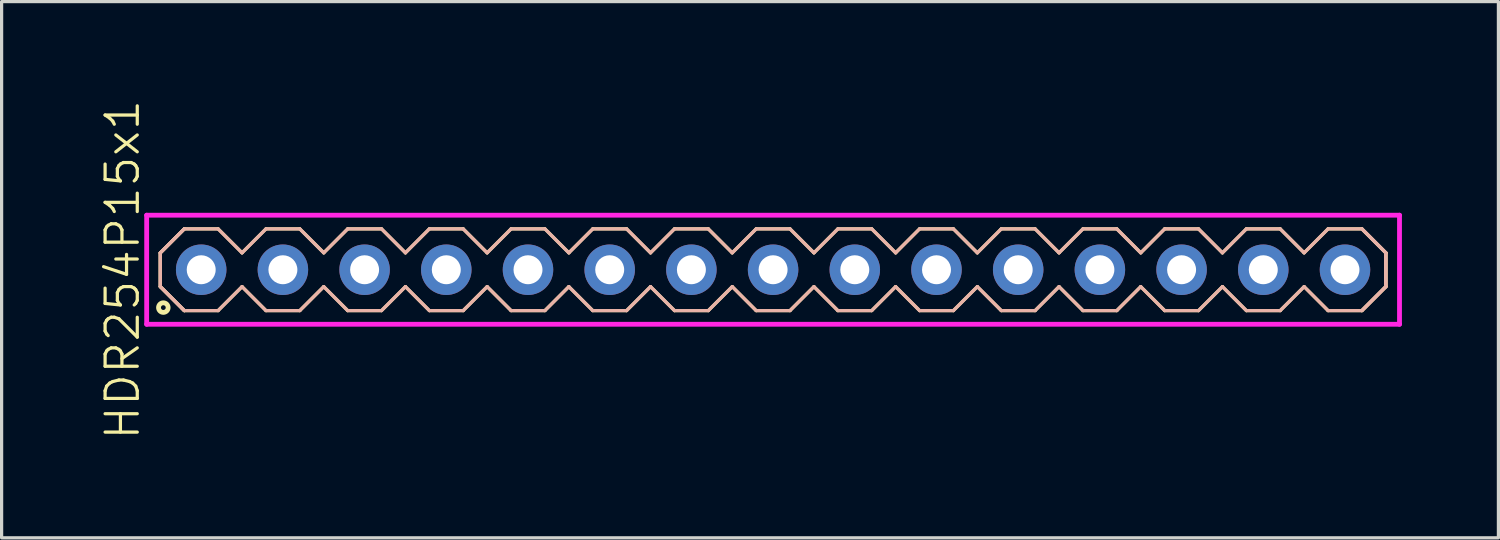
<source format=kicad_pcb>
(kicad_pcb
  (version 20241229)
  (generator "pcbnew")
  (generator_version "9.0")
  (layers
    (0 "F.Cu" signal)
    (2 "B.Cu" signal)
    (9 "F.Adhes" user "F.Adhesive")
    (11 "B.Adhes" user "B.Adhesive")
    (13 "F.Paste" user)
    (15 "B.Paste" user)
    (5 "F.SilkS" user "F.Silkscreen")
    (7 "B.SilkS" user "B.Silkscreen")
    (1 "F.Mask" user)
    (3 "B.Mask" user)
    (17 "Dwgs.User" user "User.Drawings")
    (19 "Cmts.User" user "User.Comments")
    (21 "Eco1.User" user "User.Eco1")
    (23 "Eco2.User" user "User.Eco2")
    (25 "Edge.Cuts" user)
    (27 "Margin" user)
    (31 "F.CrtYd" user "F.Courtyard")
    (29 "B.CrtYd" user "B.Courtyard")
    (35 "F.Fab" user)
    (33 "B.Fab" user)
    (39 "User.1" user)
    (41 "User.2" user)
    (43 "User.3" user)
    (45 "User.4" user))
  (footprint "HDR254P15x1"
    (layer "F.Cu")
    (at 20.985 5.336)
    (property "Reference" "HDR254P15x1" (at -20.225 0 90) (layer "F.SilkS") (effects (font (size 1 1) (thickness 0.1))))
    (attr through_hole)
    (fp_line (start -19.05 -0.526) (end -18.306 -1.27) (stroke (width 0.1) (type solid)) (layer "F.SilkS"))
    (fp_line (start -19.05 -0.526) (end -18.306 -1.27) (stroke (width 0.1) (type solid)) (layer "F.SilkS"))
    (fp_line (start -19.05 0.526) (end -19.05 -0.526) (stroke (width 0.1) (type solid)) (layer "F.SilkS"))
    (fp_line (start -19.05 0.526) (end -19.05 -0.526) (stroke (width 0.1) (type solid)) (layer "F.SilkS"))
    (fp_line (start -18.306 -1.27) (end -17.254 -1.27) (stroke (width 0.1) (type solid)) (layer "F.SilkS"))
    (fp_line (start -18.306 1.27) (end -19.05 0.526) (stroke (width 0.1) (type solid)) (layer "F.SilkS"))
    (fp_line (start -18.306 1.27) (end -19.05 0.526) (stroke (width 0.1) (type solid)) (layer "F.SilkS"))
    (fp_line (start -17.254 -1.27) (end -16.51 -0.526) (stroke (width 0.1) (type solid)) (layer "F.SilkS"))
    (fp_line (start -17.254 1.27) (end -18.306 1.27) (stroke (width 0.1) (type solid)) (layer "F.SilkS"))
    (fp_line (start -16.51 -0.526) (end -15.766 -1.27) (stroke (width 0.1) (type solid)) (layer "F.SilkS"))
    (fp_line (start -16.51 0.526) (end -17.254 1.27) (stroke (width 0.1) (type solid)) (layer "F.SilkS"))
    (fp_line (start -15.766 -1.27) (end -14.714 -1.27) (stroke (width 0.1) (type solid)) (layer "F.SilkS"))
    (fp_line (start -15.766 1.27) (end -16.51 0.526) (stroke (width 0.1) (type solid)) (layer "F.SilkS"))
    (fp_line (start -14.714 -1.27) (end -13.97 -0.526) (stroke (width 0.1) (type solid)) (layer "F.SilkS"))
    (fp_line (start -14.714 1.27) (end -15.766 1.27) (stroke (width 0.1) (type solid)) (layer "F.SilkS"))
    (fp_line (start -13.97 -0.526) (end -13.226 -1.27) (stroke (width 0.1) (type solid)) (layer "F.SilkS"))
    (fp_line (start -13.97 0.526) (end -14.714 1.27) (stroke (width 0.1) (type solid)) (layer "F.SilkS"))
    (fp_line (start -13.226 -1.27) (end -12.174 -1.27) (stroke (width 0.1) (type solid)) (layer "F.SilkS"))
    (fp_line (start -13.226 1.27) (end -13.97 0.526) (stroke (width 0.1) (type solid)) (layer "F.SilkS"))
    (fp_line (start -12.174 -1.27) (end -11.43 -0.526) (stroke (width 0.1) (type solid)) (layer "F.SilkS"))
    (fp_line (start -12.174 1.27) (end -13.226 1.27) (stroke (width 0.1) (type solid)) (layer "F.SilkS"))
    (fp_line (start -11.43 -0.526) (end -10.686 -1.27) (stroke (width 0.1) (type solid)) (layer "F.SilkS"))
    (fp_line (start -11.43 0.526) (end -12.174 1.27) (stroke (width 0.1) (type solid)) (layer "F.SilkS"))
    (fp_line (start -10.686 -1.27) (end -9.634 -1.27) (stroke (width 0.1) (type solid)) (layer "F.SilkS"))
    (fp_line (start -10.686 1.27) (end -11.43 0.526) (stroke (width 0.1) (type solid)) (layer "F.SilkS"))
    (fp_line (start -9.634 -1.27) (end -8.89 -0.526) (stroke (width 0.1) (type solid)) (layer "F.SilkS"))
    (fp_line (start -9.634 1.27) (end -10.686 1.27) (stroke (width 0.1) (type solid)) (layer "F.SilkS"))
    (fp_line (start -8.89 -0.526) (end -8.146 -1.27) (stroke (width 0.1) (type solid)) (layer "F.SilkS"))
    (fp_line (start -8.89 0.526) (end -9.634 1.27) (stroke (width 0.1) (type solid)) (layer "F.SilkS"))
    (fp_line (start -8.146 -1.27) (end -7.094 -1.27) (stroke (width 0.1) (type solid)) (layer "F.SilkS"))
    (fp_line (start -8.146 1.27) (end -8.89 0.526) (stroke (width 0.1) (type solid)) (layer "F.SilkS"))
    (fp_line (start -7.094 -1.27) (end -6.35 -0.526) (stroke (width 0.1) (type solid)) (layer "F.SilkS"))
    (fp_line (start -7.094 1.27) (end -8.146 1.27) (stroke (width 0.1) (type solid)) (layer "F.SilkS"))
    (fp_line (start -6.35 -0.526) (end -5.606 -1.27) (stroke (width 0.1) (type solid)) (layer "F.SilkS"))
    (fp_line (start -6.35 0.526) (end -7.094 1.27) (stroke (width 0.1) (type solid)) (layer "F.SilkS"))
    (fp_line (start -5.606 -1.27) (end -4.554 -1.27) (stroke (width 0.1) (type solid)) (layer "F.SilkS"))
    (fp_line (start -5.606 1.27) (end -6.35 0.526) (stroke (width 0.1) (type solid)) (layer "F.SilkS"))
    (fp_line (start -4.554 -1.27) (end -3.81 -0.526) (stroke (width 0.1) (type solid)) (layer "F.SilkS"))
    (fp_line (start -4.554 1.27) (end -5.606 1.27) (stroke (width 0.1) (type solid)) (layer "F.SilkS"))
    (fp_line (start -3.81 -0.526) (end -3.066 -1.27) (stroke (width 0.1) (type solid)) (layer "F.SilkS"))
    (fp_line (start -3.81 0.526) (end -4.554 1.27) (stroke (width 0.1) (type solid)) (layer "F.SilkS"))
    (fp_line (start -3.066 -1.27) (end -2.014 -1.27) (stroke (width 0.1) (type solid)) (layer "F.SilkS"))
    (fp_line (start -3.066 1.27) (end -3.81 0.526) (stroke (width 0.1) (type solid)) (layer "F.SilkS"))
    (fp_line (start -2.014 -1.27) (end -1.27 -0.526) (stroke (width 0.1) (type solid)) (layer "F.SilkS"))
    (fp_line (start -2.014 1.27) (end -3.066 1.27) (stroke (width 0.1) (type solid)) (layer "F.SilkS"))
    (fp_line (start -1.27 -0.526) (end -0.526 -1.27) (stroke (width 0.1) (type solid)) (layer "F.SilkS"))
    (fp_line (start -1.27 0.526) (end -2.014 1.27) (stroke (width 0.1) (type solid)) (layer "F.SilkS"))
    (fp_line (start -0.526 -1.27) (end 0.526 -1.27) (stroke (width 0.1) (type solid)) (layer "F.SilkS"))
    (fp_line (start -0.526 1.27) (end -1.27 0.526) (stroke (width 0.1) (type solid)) (layer "F.SilkS"))
    (fp_line (start 0.526 -1.27) (end 1.27 -0.526) (stroke (width 0.1) (type solid)) (layer "F.SilkS"))
    (fp_line (start 0.526 1.27) (end -0.526 1.27) (stroke (width 0.1) (type solid)) (layer "F.SilkS"))
    (fp_line (start 1.27 -0.526) (end 2.014 -1.27) (stroke (width 0.1) (type solid)) (layer "F.SilkS"))
    (fp_line (start 1.27 0.526) (end 0.526 1.27) (stroke (width 0.1) (type solid)) (layer "F.SilkS"))
    (fp_line (start 2.014 -1.27) (end 3.066 -1.27) (stroke (width 0.1) (type solid)) (layer "F.SilkS"))
    (fp_line (start 2.014 1.27) (end 1.27 0.526) (stroke (width 0.1) (type solid)) (layer "F.SilkS"))
    (fp_line (start 3.066 -1.27) (end 3.81 -0.526) (stroke (width 0.1) (type solid)) (layer "F.SilkS"))
    (fp_line (start 3.066 1.27) (end 2.014 1.27) (stroke (width 0.1) (type solid)) (layer "F.SilkS"))
    (fp_line (start 3.81 -0.526) (end 4.554 -1.27) (stroke (width 0.1) (type solid)) (layer "F.SilkS"))
    (fp_line (start 3.81 0.526) (end 3.066 1.27) (stroke (width 0.1) (type solid)) (layer "F.SilkS"))
    (fp_line (start 4.554 -1.27) (end 5.606 -1.27) (stroke (width 0.1) (type solid)) (layer "F.SilkS"))
    (fp_line (start 4.554 1.27) (end 3.81 0.526) (stroke (width 0.1) (type solid)) (layer "F.SilkS"))
    (fp_line (start 5.606 -1.27) (end 6.35 -0.526) (stroke (width 0.1) (type solid)) (layer "F.SilkS"))
    (fp_line (start 5.606 1.27) (end 4.554 1.27) (stroke (width 0.1) (type solid)) (layer "F.SilkS"))
    (fp_line (start 6.35 -0.526) (end 7.094 -1.27) (stroke (width 0.1) (type solid)) (layer "F.SilkS"))
    (fp_line (start 6.35 0.526) (end 5.606 1.27) (stroke (width 0.1) (type solid)) (layer "F.SilkS"))
    (fp_line (start 7.094 -1.27) (end 8.146 -1.27) (stroke (width 0.1) (type solid)) (layer "F.SilkS"))
    (fp_line (start 7.094 1.27) (end 6.35 0.526) (stroke (width 0.1) (type solid)) (layer "F.SilkS"))
    (fp_line (start 8.146 -1.27) (end 8.89 -0.526) (stroke (width 0.1) (type solid)) (layer "F.SilkS"))
    (fp_line (start 8.146 1.27) (end 7.094 1.27) (stroke (width 0.1) (type solid)) (layer "F.SilkS"))
    (fp_line (start 8.89 -0.526) (end 9.634 -1.27) (stroke (width 0.1) (type solid)) (layer "F.SilkS"))
    (fp_line (start 8.89 0.526) (end 8.146 1.27) (stroke (width 0.1) (type solid)) (layer "F.SilkS"))
    (fp_line (start 9.634 -1.27) (end 10.686 -1.27) (stroke (width 0.1) (type solid)) (layer "F.SilkS"))
    (fp_line (start 9.634 1.27) (end 8.89 0.526) (stroke (width 0.1) (type solid)) (layer "F.SilkS"))
    (fp_line (start 10.686 -1.27) (end 11.43 -0.526) (stroke (width 0.1) (type solid)) (layer "F.SilkS"))
    (fp_line (start 10.686 1.27) (end 9.634 1.27) (stroke (width 0.1) (type solid)) (layer "F.SilkS"))
    (fp_line (start 11.43 -0.526) (end 12.174 -1.27) (stroke (width 0.1) (type solid)) (layer "F.SilkS"))
    (fp_line (start 11.43 0.526) (end 10.686 1.27) (stroke (width 0.1) (type solid)) (layer "F.SilkS"))
    (fp_line (start 12.174 -1.27) (end 13.226 -1.27) (stroke (width 0.1) (type solid)) (layer "F.SilkS"))
    (fp_line (start 12.174 1.27) (end 11.43 0.526) (stroke (width 0.1) (type solid)) (layer "F.SilkS"))
    (fp_line (start 13.226 -1.27) (end 13.97 -0.526) (stroke (width 0.1) (type solid)) (layer "F.SilkS"))
    (fp_line (start 13.226 1.27) (end 12.174 1.27) (stroke (width 0.1) (type solid)) (layer "F.SilkS"))
    (fp_line (start 13.97 -0.526) (end 14.714 -1.27) (stroke (width 0.1) (type solid)) (layer "F.SilkS"))
    (fp_line (start 13.97 0.526) (end 13.226 1.27) (stroke (width 0.1) (type solid)) (layer "F.SilkS"))
    (fp_line (start 14.714 -1.27) (end 15.766 -1.27) (stroke (width 0.1) (type solid)) (layer "F.SilkS"))
    (fp_line (start 14.714 1.27) (end 13.97 0.526) (stroke (width 0.1) (type solid)) (layer "F.SilkS"))
    (fp_line (start 15.766 -1.27) (end 16.51 -0.526) (stroke (width 0.1) (type solid)) (layer "F.SilkS"))
    (fp_line (start 15.766 1.27) (end 14.714 1.27) (stroke (width 0.1) (type solid)) (layer "F.SilkS"))
    (fp_line (start 16.51 -0.526) (end 17.254 -1.27) (stroke (width 0.1) (type solid)) (layer "F.SilkS"))
    (fp_line (start 16.51 0.526) (end 15.766 1.27) (stroke (width 0.1) (type solid)) (layer "F.SilkS"))
    (fp_line (start 17.254 -1.27) (end 18.306 -1.27) (stroke (width 0.1) (type solid)) (layer "F.SilkS"))
    (fp_line (start 17.254 1.27) (end 16.51 0.526) (stroke (width 0.1) (type solid)) (layer "F.SilkS"))
    (fp_line (start 18.306 -1.27) (end 19.05 -0.526) (stroke (width 0.1) (type solid)) (layer "F.SilkS"))
    (fp_line (start 18.306 -1.27) (end 19.05 -0.526) (stroke (width 0.1) (type solid)) (layer "F.SilkS"))
    (fp_line (start 18.306 1.27) (end 17.254 1.27) (stroke (width 0.1) (type solid)) (layer "F.SilkS"))
    (fp_line (start 19.05 -0.526) (end 19.05 0.526) (stroke (width 0.1) (type solid)) (layer "F.SilkS"))
    (fp_line (start 19.05 -0.526) (end 19.05 0.526) (stroke (width 0.1) (type solid)) (layer "F.SilkS"))
    (fp_line (start 19.05 0.526) (end 18.306 1.27) (stroke (width 0.1) (type solid)) (layer "F.SilkS"))
    (fp_line (start 19.05 0.526) (end 18.306 1.27) (stroke (width 0.1) (type solid)) (layer "F.SilkS"))
    (fp_circle (center -18.957 1.177) (end -18.808 1.177) (stroke (width 0.15) (type solid)) (fill no) (layer "F.SilkS"))
    (fp_line (start -19.05 -0.526) (end -18.306 -1.27) (stroke (width 0.1) (type solid)) (layer "B.SilkS"))
    (fp_line (start -19.05 -0.526) (end -18.306 -1.27) (stroke (width 0.1) (type solid)) (layer "B.SilkS"))
    (fp_line (start -19.05 0.526) (end -19.05 -0.526) (stroke (width 0.1) (type solid)) (layer "B.SilkS"))
    (fp_line (start -19.05 0.526) (end -19.05 -0.526) (stroke (width 0.1) (type solid)) (layer "B.SilkS"))
    (fp_line (start -18.306 -1.27) (end -17.254 -1.27) (stroke (width 0.1) (type solid)) (layer "B.SilkS"))
    (fp_line (start -18.306 1.27) (end -19.05 0.526) (stroke (width 0.1) (type solid)) (layer "B.SilkS"))
    (fp_line (start -18.306 1.27) (end -19.05 0.526) (stroke (width 0.1) (type solid)) (layer "B.SilkS"))
    (fp_line (start -17.254 -1.27) (end -16.51 -0.526) (stroke (width 0.1) (type solid)) (layer "B.SilkS"))
    (fp_line (start -17.254 1.27) (end -18.306 1.27) (stroke (width 0.1) (type solid)) (layer "B.SilkS"))
    (fp_line (start -16.51 -0.526) (end -15.766 -1.27) (stroke (width 0.1) (type solid)) (layer "B.SilkS"))
    (fp_line (start -16.51 0.526) (end -17.254 1.27) (stroke (width 0.1) (type solid)) (layer "B.SilkS"))
    (fp_line (start -15.766 -1.27) (end -14.714 -1.27) (stroke (width 0.1) (type solid)) (layer "B.SilkS"))
    (fp_line (start -15.766 1.27) (end -16.51 0.526) (stroke (width 0.1) (type solid)) (layer "B.SilkS"))
    (fp_line (start -14.714 -1.27) (end -13.97 -0.526) (stroke (width 0.1) (type solid)) (layer "B.SilkS"))
    (fp_line (start -14.714 1.27) (end -15.766 1.27) (stroke (width 0.1) (type solid)) (layer "B.SilkS"))
    (fp_line (start -13.97 -0.526) (end -13.226 -1.27) (stroke (width 0.1) (type solid)) (layer "B.SilkS"))
    (fp_line (start -13.97 0.526) (end -14.714 1.27) (stroke (width 0.1) (type solid)) (layer "B.SilkS"))
    (fp_line (start -13.226 -1.27) (end -12.174 -1.27) (stroke (width 0.1) (type solid)) (layer "B.SilkS"))
    (fp_line (start -13.226 1.27) (end -13.97 0.526) (stroke (width 0.1) (type solid)) (layer "B.SilkS"))
    (fp_line (start -12.174 -1.27) (end -11.43 -0.526) (stroke (width 0.1) (type solid)) (layer "B.SilkS"))
    (fp_line (start -12.174 1.27) (end -13.226 1.27) (stroke (width 0.1) (type solid)) (layer "B.SilkS"))
    (fp_line (start -11.43 -0.526) (end -10.686 -1.27) (stroke (width 0.1) (type solid)) (layer "B.SilkS"))
    (fp_line (start -11.43 0.526) (end -12.174 1.27) (stroke (width 0.1) (type solid)) (layer "B.SilkS"))
    (fp_line (start -10.686 -1.27) (end -9.634 -1.27) (stroke (width 0.1) (type solid)) (layer "B.SilkS"))
    (fp_line (start -10.686 1.27) (end -11.43 0.526) (stroke (width 0.1) (type solid)) (layer "B.SilkS"))
    (fp_line (start -9.634 -1.27) (end -8.89 -0.526) (stroke (width 0.1) (type solid)) (layer "B.SilkS"))
    (fp_line (start -9.634 1.27) (end -10.686 1.27) (stroke (width 0.1) (type solid)) (layer "B.SilkS"))
    (fp_line (start -8.89 -0.526) (end -8.146 -1.27) (stroke (width 0.1) (type solid)) (layer "B.SilkS"))
    (fp_line (start -8.89 0.526) (end -9.634 1.27) (stroke (width 0.1) (type solid)) (layer "B.SilkS"))
    (fp_line (start -8.146 -1.27) (end -7.094 -1.27) (stroke (width 0.1) (type solid)) (layer "B.SilkS"))
    (fp_line (start -8.146 1.27) (end -8.89 0.526) (stroke (width 0.1) (type solid)) (layer "B.SilkS"))
    (fp_line (start -7.094 -1.27) (end -6.35 -0.526) (stroke (width 0.1) (type solid)) (layer "B.SilkS"))
    (fp_line (start -7.094 1.27) (end -8.146 1.27) (stroke (width 0.1) (type solid)) (layer "B.SilkS"))
    (fp_line (start -6.35 -0.526) (end -5.606 -1.27) (stroke (width 0.1) (type solid)) (layer "B.SilkS"))
    (fp_line (start -6.35 0.526) (end -7.094 1.27) (stroke (width 0.1) (type solid)) (layer "B.SilkS"))
    (fp_line (start -5.606 -1.27) (end -4.554 -1.27) (stroke (width 0.1) (type solid)) (layer "B.SilkS"))
    (fp_line (start -5.606 1.27) (end -6.35 0.526) (stroke (width 0.1) (type solid)) (layer "B.SilkS"))
    (fp_line (start -4.554 -1.27) (end -3.81 -0.526) (stroke (width 0.1) (type solid)) (layer "B.SilkS"))
    (fp_line (start -4.554 1.27) (end -5.606 1.27) (stroke (width 0.1) (type solid)) (layer "B.SilkS"))
    (fp_line (start -3.81 -0.526) (end -3.066 -1.27) (stroke (width 0.1) (type solid)) (layer "B.SilkS"))
    (fp_line (start -3.81 0.526) (end -4.554 1.27) (stroke (width 0.1) (type solid)) (layer "B.SilkS"))
    (fp_line (start -3.066 -1.27) (end -2.014 -1.27) (stroke (width 0.1) (type solid)) (layer "B.SilkS"))
    (fp_line (start -3.066 1.27) (end -3.81 0.526) (stroke (width 0.1) (type solid)) (layer "B.SilkS"))
    (fp_line (start -2.014 -1.27) (end -1.27 -0.526) (stroke (width 0.1) (type solid)) (layer "B.SilkS"))
    (fp_line (start -2.014 1.27) (end -3.066 1.27) (stroke (width 0.1) (type solid)) (layer "B.SilkS"))
    (fp_line (start -1.27 -0.526) (end -0.526 -1.27) (stroke (width 0.1) (type solid)) (layer "B.SilkS"))
    (fp_line (start -1.27 0.526) (end -2.014 1.27) (stroke (width 0.1) (type solid)) (layer "B.SilkS"))
    (fp_line (start -0.526 -1.27) (end 0.526 -1.27) (stroke (width 0.1) (type solid)) (layer "B.SilkS"))
    (fp_line (start -0.526 1.27) (end -1.27 0.526) (stroke (width 0.1) (type solid)) (layer "B.SilkS"))
    (fp_line (start 0.526 -1.27) (end 1.27 -0.526) (stroke (width 0.1) (type solid)) (layer "B.SilkS"))
    (fp_line (start 0.526 1.27) (end -0.526 1.27) (stroke (width 0.1) (type solid)) (layer "B.SilkS"))
    (fp_line (start 1.27 -0.526) (end 2.014 -1.27) (stroke (width 0.1) (type solid)) (layer "B.SilkS"))
    (fp_line (start 1.27 0.526) (end 0.526 1.27) (stroke (width 0.1) (type solid)) (layer "B.SilkS"))
    (fp_line (start 2.014 -1.27) (end 3.066 -1.27) (stroke (width 0.1) (type solid)) (layer "B.SilkS"))
    (fp_line (start 2.014 1.27) (end 1.27 0.526) (stroke (width 0.1) (type solid)) (layer "B.SilkS"))
    (fp_line (start 3.066 -1.27) (end 3.81 -0.526) (stroke (width 0.1) (type solid)) (layer "B.SilkS"))
    (fp_line (start 3.066 1.27) (end 2.014 1.27) (stroke (width 0.1) (type solid)) (layer "B.SilkS"))
    (fp_line (start 3.81 -0.526) (end 4.554 -1.27) (stroke (width 0.1) (type solid)) (layer "B.SilkS"))
    (fp_line (start 3.81 0.526) (end 3.066 1.27) (stroke (width 0.1) (type solid)) (layer "B.SilkS"))
    (fp_line (start 4.554 -1.27) (end 5.606 -1.27) (stroke (width 0.1) (type solid)) (layer "B.SilkS"))
    (fp_line (start 4.554 1.27) (end 3.81 0.526) (stroke (width 0.1) (type solid)) (layer "B.SilkS"))
    (fp_line (start 5.606 -1.27) (end 6.35 -0.526) (stroke (width 0.1) (type solid)) (layer "B.SilkS"))
    (fp_line (start 5.606 1.27) (end 4.554 1.27) (stroke (width 0.1) (type solid)) (layer "B.SilkS"))
    (fp_line (start 6.35 -0.526) (end 7.094 -1.27) (stroke (width 0.1) (type solid)) (layer "B.SilkS"))
    (fp_line (start 6.35 0.526) (end 5.606 1.27) (stroke (width 0.1) (type solid)) (layer "B.SilkS"))
    (fp_line (start 7.094 -1.27) (end 8.146 -1.27) (stroke (width 0.1) (type solid)) (layer "B.SilkS"))
    (fp_line (start 7.094 1.27) (end 6.35 0.526) (stroke (width 0.1) (type solid)) (layer "B.SilkS"))
    (fp_line (start 8.146 -1.27) (end 8.89 -0.526) (stroke (width 0.1) (type solid)) (layer "B.SilkS"))
    (fp_line (start 8.146 1.27) (end 7.094 1.27) (stroke (width 0.1) (type solid)) (layer "B.SilkS"))
    (fp_line (start 8.89 -0.526) (end 9.634 -1.27) (stroke (width 0.1) (type solid)) (layer "B.SilkS"))
    (fp_line (start 8.89 0.526) (end 8.146 1.27) (stroke (width 0.1) (type solid)) (layer "B.SilkS"))
    (fp_line (start 9.634 -1.27) (end 10.686 -1.27) (stroke (width 0.1) (type solid)) (layer "B.SilkS"))
    (fp_line (start 9.634 1.27) (end 8.89 0.526) (stroke (width 0.1) (type solid)) (layer "B.SilkS"))
    (fp_line (start 10.686 -1.27) (end 11.43 -0.526) (stroke (width 0.1) (type solid)) (layer "B.SilkS"))
    (fp_line (start 10.686 1.27) (end 9.634 1.27) (stroke (width 0.1) (type solid)) (layer "B.SilkS"))
    (fp_line (start 11.43 -0.526) (end 12.174 -1.27) (stroke (width 0.1) (type solid)) (layer "B.SilkS"))
    (fp_line (start 11.43 0.526) (end 10.686 1.27) (stroke (width 0.1) (type solid)) (layer "B.SilkS"))
    (fp_line (start 12.174 -1.27) (end 13.226 -1.27) (stroke (width 0.1) (type solid)) (layer "B.SilkS"))
    (fp_line (start 12.174 1.27) (end 11.43 0.526) (stroke (width 0.1) (type solid)) (layer "B.SilkS"))
    (fp_line (start 13.226 -1.27) (end 13.97 -0.526) (stroke (width 0.1) (type solid)) (layer "B.SilkS"))
    (fp_line (start 13.226 1.27) (end 12.174 1.27) (stroke (width 0.1) (type solid)) (layer "B.SilkS"))
    (fp_line (start 13.97 -0.526) (end 14.714 -1.27) (stroke (width 0.1) (type solid)) (layer "B.SilkS"))
    (fp_line (start 13.97 0.526) (end 13.226 1.27) (stroke (width 0.1) (type solid)) (layer "B.SilkS"))
    (fp_line (start 14.714 -1.27) (end 15.766 -1.27) (stroke (width 0.1) (type solid)) (layer "B.SilkS"))
    (fp_line (start 14.714 1.27) (end 13.97 0.526) (stroke (width 0.1) (type solid)) (layer "B.SilkS"))
    (fp_line (start 15.766 -1.27) (end 16.51 -0.526) (stroke (width 0.1) (type solid)) (layer "B.SilkS"))
    (fp_line (start 15.766 1.27) (end 14.714 1.27) (stroke (width 0.1) (type solid)) (layer "B.SilkS"))
    (fp_line (start 16.51 -0.526) (end 17.254 -1.27) (stroke (width 0.1) (type solid)) (layer "B.SilkS"))
    (fp_line (start 16.51 0.526) (end 15.766 1.27) (stroke (width 0.1) (type solid)) (layer "B.SilkS"))
    (fp_line (start 17.254 -1.27) (end 18.306 -1.27) (stroke (width 0.1) (type solid)) (layer "B.SilkS"))
    (fp_line (start 17.254 1.27) (end 16.51 0.526) (stroke (width 0.1) (type solid)) (layer "B.SilkS"))
    (fp_line (start 18.306 -1.27) (end 19.05 -0.526) (stroke (width 0.1) (type solid)) (layer "B.SilkS"))
    (fp_line (start 18.306 -1.27) (end 19.05 -0.526) (stroke (width 0.1) (type solid)) (layer "B.SilkS"))
    (fp_line (start 18.306 1.27) (end 17.254 1.27) (stroke (width 0.1) (type solid)) (layer "B.SilkS"))
    (fp_line (start 19.05 -0.526) (end 19.05 0.526) (stroke (width 0.1) (type solid)) (layer "B.SilkS"))
    (fp_line (start 19.05 -0.526) (end 19.05 0.526) (stroke (width 0.1) (type solid)) (layer "B.SilkS"))
    (fp_line (start 19.05 0.526) (end 18.306 1.27) (stroke (width 0.1) (type solid)) (layer "B.SilkS"))
    (fp_line (start 19.05 0.526) (end 18.306 1.27) (stroke (width 0.1) (type solid)) (layer "B.SilkS"))
    (fp_line (start -19.475 -1.695) (end -19.475 1.695) (stroke (width 0.15) (type solid)) (layer "F.CrtYd"))
    (fp_line (start -19.475 1.695) (end 19.475 1.695) (stroke (width 0.15) (type solid)) (layer "F.CrtYd"))
    (fp_line (start 19.475 -1.695) (end -19.475 -1.695) (stroke (width 0.15) (type solid)) (layer "F.CrtYd"))
    (fp_line (start 19.475 1.695) (end 19.475 -1.695) (stroke (width 0.15) (type solid)) (layer "F.CrtYd"))
    (pad "1" thru_hole oval (at -17.78 0) (size 1.57 1.57) (drill 0.9) (layers "*.Cu" "*.Mask"))
    (pad "2" thru_hole oval (at -15.24 0) (size 1.57 1.57) (drill 0.9) (layers "*.Cu" "*.Mask"))
    (pad "3" thru_hole oval (at -12.7 0) (size 1.57 1.57) (drill 0.9) (layers "*.Cu" "*.Mask"))
    (pad "4" thru_hole oval (at -10.16 0) (size 1.57 1.57) (drill 0.9) (layers "*.Cu" "*.Mask"))
    (pad "5" thru_hole oval (at -7.62 0) (size 1.57 1.57) (drill 0.9) (layers "*.Cu" "*.Mask"))
    (pad "6" thru_hole oval (at -5.08 0) (size 1.57 1.57) (drill 0.9) (layers "*.Cu" "*.Mask"))
    (pad "7" thru_hole oval (at -2.54 0) (size 1.57 1.57) (drill 0.9) (layers "*.Cu" "*.Mask"))
    (pad "8" thru_hole oval (at 0 0) (size 1.57 1.57) (drill 0.9) (layers "*.Cu" "*.Mask"))
    (pad "9" thru_hole oval (at 2.54 0) (size 1.57 1.57) (drill 0.9) (layers "*.Cu" "*.Mask"))
    (pad "10" thru_hole oval (at 5.08 0) (size 1.57 1.57) (drill 0.9) (layers "*.Cu" "*.Mask"))
    (pad "11" thru_hole oval (at 7.62 0) (size 1.57 1.57) (drill 0.9) (layers "*.Cu" "*.Mask"))
    (pad "12" thru_hole oval (at 10.16 0) (size 1.57 1.57) (drill 0.9) (layers "*.Cu" "*.Mask"))
    (pad "13" thru_hole oval (at 12.7 0) (size 1.57 1.57) (drill 0.9) (layers "*.Cu" "*.Mask"))
    (pad "14" thru_hole oval (at 15.24 0) (size 1.57 1.57) (drill 0.9) (layers "*.Cu" "*.Mask"))
    (pad "15" thru_hole oval (at 17.78 0) (size 1.57 1.57) (drill 0.9) (layers "*.Cu" "*.Mask")))
  (gr_rect
    (start -3 -3)
    (end 43.535 13.671)
    (stroke (width 0.1) (type default))
    (fill no)
    (layer "Edge.Cuts")))
</source>
